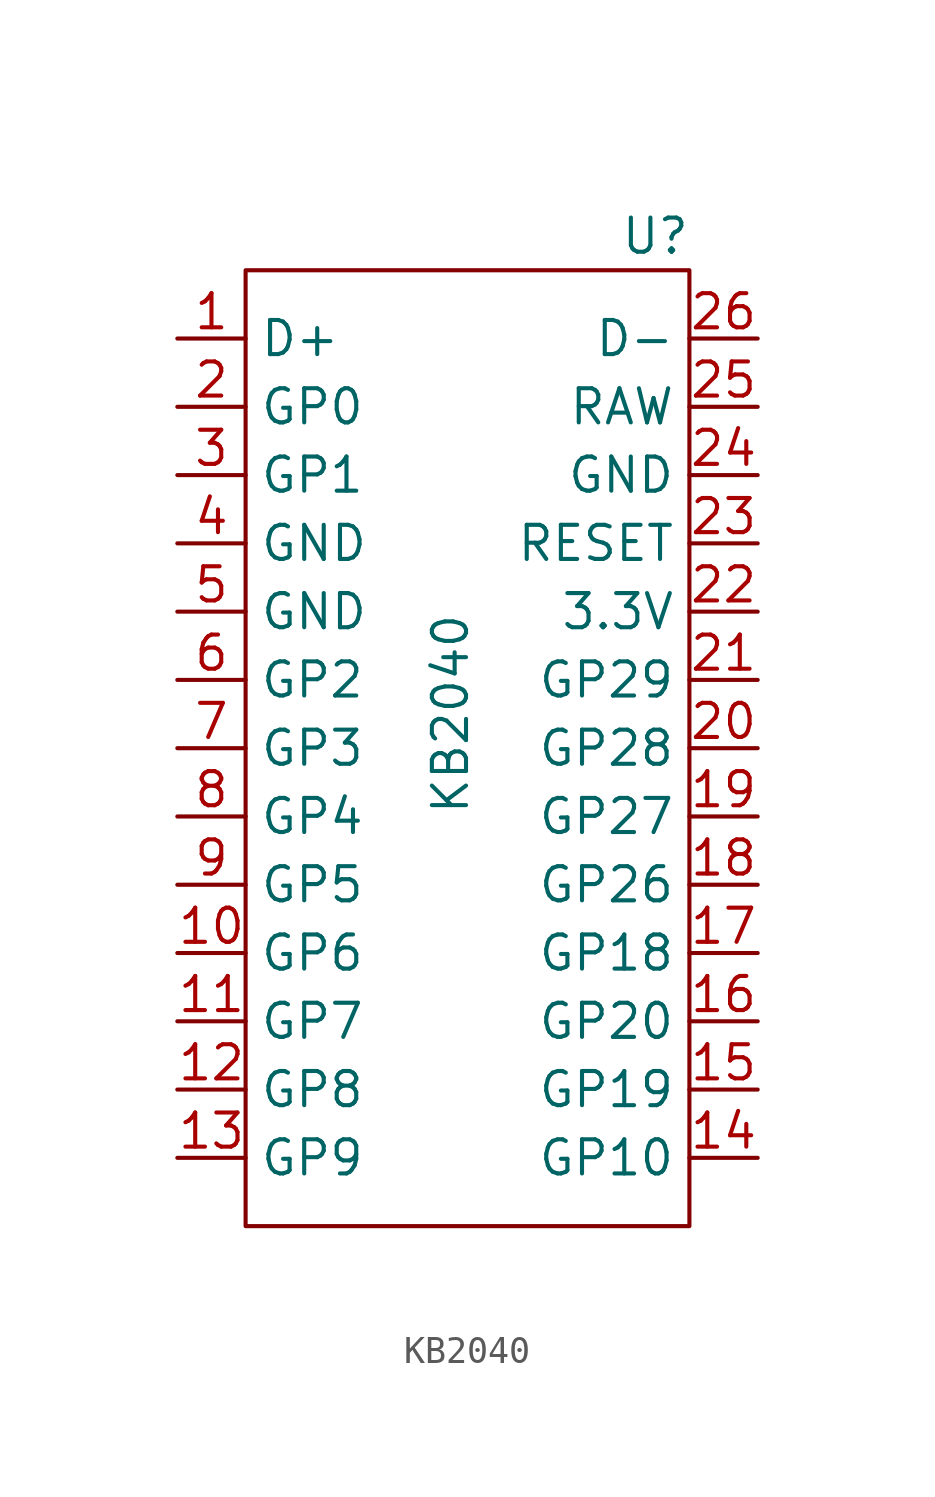
<source format=kicad_sym>
(kicad_symbol_lib
  (version 20211014)
  (generator kicad_symbol_editor)
  (symbol "KB2040"
    (property "Reference" "U"
      (at 5.08 24.13 0)
      (effects (font (size 1.27 1.27))))
    (property "Value" "KB2040"
      (at -2.54 6.35 90)
      (effects (font (size 1.27 1.27))))
    (symbol "KB2040_0_1"
      (polyline (pts (xy -10.16 22.86) (xy -10.16 -12.7) (xy 6.35 -12.7) (xy 6.35 22.86) (xy -10.16 22.86)) (stroke (width 0) (type default) (color 0 0 0 0)) (fill (type none))))
    (symbol "KB2040_1_1"
      (pin bidirectional line (at -12.7 20.32 0) (length 2.54) (name "D+" (effects (font (size 1.27 1.27)))) (number "1" (effects (font (size 1.27 1.27)))))
      (pin bidirectional line (at -12.7 -2.54 0) (length 2.54) (name "GP6" (effects (font (size 1.27 1.27)))) (number "10" (effects (font (size 1.27 1.27)))))
      (pin bidirectional line (at -12.7 -5.08 0) (length 2.54) (name "GP7" (effects (font (size 1.27 1.27)))) (number "11" (effects (font (size 1.27 1.27)))))
      (pin bidirectional line (at -12.7 -7.62 0) (length 2.54) (name "GP8" (effects (font (size 1.27 1.27)))) (number "12" (effects (font (size 1.27 1.27)))))
      (pin bidirectional line (at -12.7 -10.16 0) (length 2.54) (name "GP9" (effects (font (size 1.27 1.27)))) (number "13" (effects (font (size 1.27 1.27)))))
      (pin bidirectional line (at 8.89 -10.16 180) (length 2.54) (name "GP10" (effects (font (size 1.27 1.27)))) (number "14" (effects (font (size 1.27 1.27)))))
      (pin bidirectional line (at 8.89 -7.62 180) (length 2.54) (name "GP19" (effects (font (size 1.27 1.27)))) (number "15" (effects (font (size 1.27 1.27)))))
      (pin bidirectional line (at 8.89 -5.08 180) (length 2.54) (name "GP20" (effects (font (size 1.27 1.27)))) (number "16" (effects (font (size 1.27 1.27)))))
      (pin bidirectional line (at 8.89 -2.54 180) (length 2.54) (name "GP18" (effects (font (size 1.27 1.27)))) (number "17" (effects (font (size 1.27 1.27)))))
      (pin bidirectional line (at 8.89 0 180) (length 2.54) (name "GP26" (effects (font (size 1.27 1.27)))) (number "18" (effects (font (size 1.27 1.27)))))
      (pin bidirectional line (at 8.89 2.54 180) (length 2.54) (name "GP27" (effects (font (size 1.27 1.27)))) (number "19" (effects (font (size 1.27 1.27)))))
      (pin bidirectional line (at -12.7 17.78 0) (length 2.54) (name "GP0" (effects (font (size 1.27 1.27)))) (number "2" (effects (font (size 1.27 1.27)))))
      (pin bidirectional line (at 8.89 5.08 180) (length 2.54) (name "GP28" (effects (font (size 1.27 1.27)))) (number "20" (effects (font (size 1.27 1.27)))))
      (pin bidirectional line (at 8.89 7.62 180) (length 2.54) (name "GP29" (effects (font (size 1.27 1.27)))) (number "21" (effects (font (size 1.27 1.27)))))
      (pin power_out line (at 8.89 10.16 180) (length 2.54) (name "3.3V" (effects (font (size 1.27 1.27)))) (number "22" (effects (font (size 1.27 1.27)))))
      (pin input line (at 8.89 12.7 180) (length 2.54) (name "RESET" (effects (font (size 1.27 1.27)))) (number "23" (effects (font (size 1.27 1.27)))))
      (pin power_in line (at 8.89 15.24 180) (length 2.54) (name "GND" (effects (font (size 1.27 1.27)))) (number "24" (effects (font (size 1.27 1.27)))))
      (pin passive line (at 8.89 17.78 180) (length 2.54) (name "RAW" (effects (font (size 1.27 1.27)))) (number "25" (effects (font (size 1.27 1.27)))))
      (pin bidirectional line (at 8.89 20.32 180) (length 2.54) (name "D-" (effects (font (size 1.27 1.27)))) (number "26" (effects (font (size 1.27 1.27)))))
      (pin bidirectional line (at -12.7 15.24 0) (length 2.54) (name "GP1" (effects (font (size 1.27 1.27)))) (number "3" (effects (font (size 1.27 1.27)))))
      (pin power_in line (at -12.7 12.7 0) (length 2.54) (name "GND" (effects (font (size 1.27 1.27)))) (number "4" (effects (font (size 1.27 1.27)))))
      (pin power_in line (at -12.7 10.16 0) (length 2.54) (name "GND" (effects (font (size 1.27 1.27)))) (number "5" (effects (font (size 1.27 1.27)))))
      (pin bidirectional line (at -12.7 7.62 0) (length 2.54) (name "GP2" (effects (font (size 1.27 1.27)))) (number "6" (effects (font (size 1.27 1.27)))))
      (pin bidirectional line (at -12.7 5.08 0) (length 2.54) (name "GP3" (effects (font (size 1.27 1.27)))) (number "7" (effects (font (size 1.27 1.27)))))
      (pin bidirectional line (at -12.7 2.54 0) (length 2.54) (name "GP4" (effects (font (size 1.27 1.27)))) (number "8" (effects (font (size 1.27 1.27)))))
      (pin bidirectional line (at -12.7 0 0) (length 2.54) (name "GP5" (effects (font (size 1.27 1.27)))) (number "9" (effects (font (size 1.27 1.27))))))))
</source>
